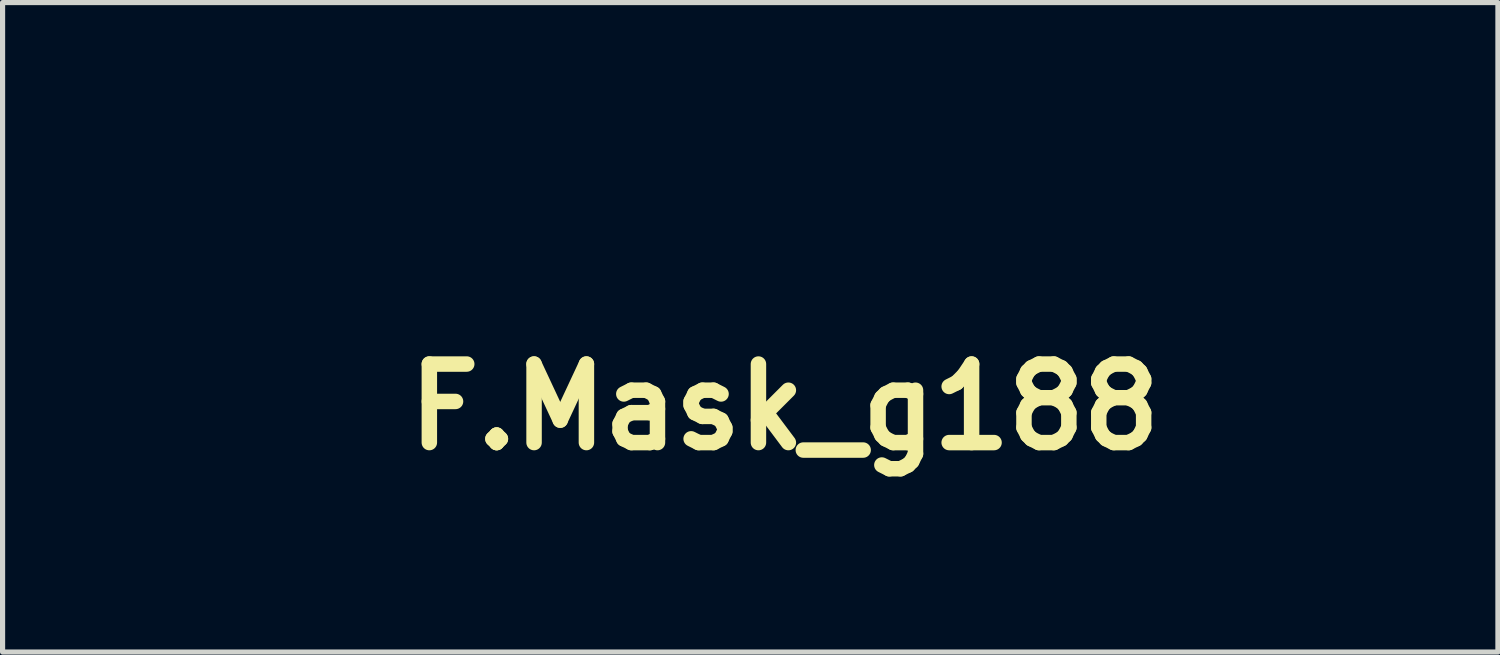
<source format=kicad_pcb>
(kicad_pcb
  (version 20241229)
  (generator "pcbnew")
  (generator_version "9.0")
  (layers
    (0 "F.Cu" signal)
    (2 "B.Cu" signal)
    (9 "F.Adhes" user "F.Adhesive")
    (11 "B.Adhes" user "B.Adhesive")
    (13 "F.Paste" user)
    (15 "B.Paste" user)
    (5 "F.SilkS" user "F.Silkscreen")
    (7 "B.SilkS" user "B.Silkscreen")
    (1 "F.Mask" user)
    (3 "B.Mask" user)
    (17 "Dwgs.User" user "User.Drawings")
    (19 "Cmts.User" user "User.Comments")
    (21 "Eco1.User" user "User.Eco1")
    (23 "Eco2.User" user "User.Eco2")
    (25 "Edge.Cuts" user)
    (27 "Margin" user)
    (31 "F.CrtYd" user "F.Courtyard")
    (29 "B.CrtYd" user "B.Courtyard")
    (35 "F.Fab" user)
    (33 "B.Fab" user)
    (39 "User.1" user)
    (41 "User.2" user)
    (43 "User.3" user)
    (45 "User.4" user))
  (footprint "F.Mask_g188"
    (layer "F.Cu")
    (at 12.176 4.849)
    (property "Reference" "F.Mask_g188" (at 0 0 0) (layer "F.SilkS") (effects (font (size 1.524 1.524) (thickness 0.3))))
    (attr through_hole)
    (fp_poly (pts (xy 5.867 -4.225) (xy 5.918 -4.202) (xy 5.961 -4.159) (xy 6.005 -4.09) (xy 6.044 -4.011) (xy 6.069 -3.936) (xy 6.075 -3.898) (xy 6.06 -3.855) (xy 6.022 -3.793) (xy 5.979 -3.739) (xy 5.915 -3.658) (xy 5.853 -3.562) (xy 5.817 -3.498) (xy 5.752 -3.365) (xy 5.633 -3.368) (xy 5.558 -3.372) (xy 5.494 -3.377) (xy 5.469 -3.38) (xy 5.419 -3.403) (xy 5.385 -3.431) (xy 5.364 -3.458) (xy 5.359 -3.484) (xy 5.371 -3.524) (xy 5.391 -3.573) (xy 5.417 -3.631) (xy 5.454 -3.717) (xy 5.499 -3.819) (xy 5.545 -3.925) (xy 5.546 -3.926) (xy 5.589 -4.024) (xy 5.629 -4.109) (xy 5.661 -4.173) (xy 5.681 -4.207) (xy 5.683 -4.209) (xy 5.729 -4.231) (xy 5.796 -4.236) (xy 5.867 -4.225)) (stroke (width 0.01) (type solid)) (fill yes) (layer "F.Mask"))
    (fp_poly (pts (xy 5.77 -2.827) (xy 5.811 -2.801) (xy 5.834 -2.757) (xy 5.835 -2.688) (xy 5.813 -2.592) (xy 5.776 -2.484) (xy 5.754 -2.422) (xy 5.741 -2.372) (xy 5.737 -2.321) (xy 5.741 -2.256) (xy 5.751 -2.165) (xy 5.753 -2.144) (xy 5.765 -2.038) (xy 5.769 -1.959) (xy 5.765 -1.891) (xy 5.753 -1.82) (xy 5.745 -1.787) (xy 5.721 -1.624) (xy 5.72 -1.492) (xy 5.722 -1.387) (xy 5.718 -1.271) (xy 5.711 -1.194) (xy 5.703 -1.103) (xy 5.707 -1.032) (xy 5.723 -0.961) (xy 5.736 -0.921) (xy 5.763 -0.816) (xy 5.777 -0.693) (xy 5.779 -0.607) (xy 5.779 -0.416) (xy 5.913 -0.286) (xy 6.011 -0.186) (xy 6.073 -0.104) (xy 6.104 -0.037) (xy 6.104 0.019) (xy 6.099 0.034) (xy 6.062 0.077) (xy 6.022 0.097) (xy 5.977 0.1) (xy 5.899 0.098) (xy 5.796 0.09) (xy 5.678 0.077) (xy 5.552 0.061) (xy 5.503 0.054) (xy 5.457 0.053) (xy 5.384 0.06) (xy 5.298 0.072) (xy 5.281 0.075) (xy 5.172 0.093) (xy 5.097 0.102) (xy 5.046 0.102) (xy 5.01 0.091) (xy 4.982 0.071) (xy 4.974 0.064) (xy 4.945 0.025) (xy 4.935 -0.02) (xy 4.946 -0.079) (xy 4.978 -0.16) (xy 5.006 -0.219) (xy 5.04 -0.293) (xy 5.069 -0.36) (xy 5.092 -0.426) (xy 5.109 -0.496) (xy 5.123 -0.576) (xy 5.133 -0.672) (xy 5.14 -0.787) (xy 5.146 -0.929) (xy 5.149 -1.102) (xy 5.152 -1.311) (xy 5.153 -1.335) (xy 5.155 -1.546) (xy 5.155 -1.718) (xy 5.155 -1.854) (xy 5.152 -1.957) (xy 5.148 -2.03) (xy 5.142 -2.077) (xy 5.136 -2.097) (xy 5.105 -2.133) (xy 5.048 -2.178) (xy 4.978 -2.223) (xy 4.908 -2.26) (xy 4.879 -2.271) (xy 4.872 -2.294) (xy 4.881 -2.343) (xy 4.903 -2.406) (xy 4.932 -2.473) (xy 4.965 -2.532) (xy 4.99 -2.565) (xy 5.042 -2.605) (xy 5.125 -2.64) (xy 5.215 -2.667) (xy 5.319 -2.699) (xy 5.431 -2.737) (xy 5.525 -2.774) (xy 5.528 -2.775) (xy 5.634 -2.816) (xy 5.713 -2.833) (xy 5.77 -2.827)) (stroke (width 0.01) (type solid)) (fill yes) (layer "F.Mask"))
    (fp_poly (pts (xy 10.091 -2.929) (xy 10.285 -2.888) (xy 10.491 -2.81) (xy 10.539 -2.788) (xy 10.631 -2.742) (xy 10.711 -2.698) (xy 10.771 -2.663) (xy 10.798 -2.642) (xy 10.825 -2.591) (xy 10.837 -2.516) (xy 10.833 -2.431) (xy 10.816 -2.359) (xy 10.802 -2.309) (xy 10.786 -2.234) (xy 10.773 -2.155) (xy 10.75 -2.037) (xy 10.723 -1.961) (xy 10.691 -1.926) (xy 10.658 -1.932) (xy 10.624 -1.98) (xy 10.591 -2.068) (xy 10.563 -2.181) (xy 10.516 -2.314) (xy 10.433 -2.426) (xy 10.317 -2.516) (xy 10.167 -2.582) (xy 9.988 -2.623) (xy 9.971 -2.625) (xy 9.889 -2.633) (xy 9.831 -2.63) (xy 9.781 -2.614) (xy 9.757 -2.603) (xy 9.626 -2.519) (xy 9.531 -2.42) (xy 9.473 -2.309) (xy 9.455 -2.202) (xy 9.459 -2.134) (xy 9.472 -2.081) (xy 9.48 -2.067) (xy 9.506 -2.046) (xy 9.562 -2.008) (xy 9.642 -1.955) (xy 9.742 -1.891) (xy 9.856 -1.82) (xy 9.902 -1.791) (xy 10.071 -1.685) (xy 10.211 -1.591) (xy 10.328 -1.503) (xy 10.43 -1.415) (xy 10.527 -1.32) (xy 10.624 -1.212) (xy 10.671 -1.157) (xy 10.744 -1.053) (xy 10.791 -0.945) (xy 10.811 -0.826) (xy 10.806 -0.691) (xy 10.776 -0.532) (xy 10.732 -0.381) (xy 10.696 -0.274) (xy 10.66 -0.195) (xy 10.619 -0.129) (xy 10.568 -0.067) (xy 10.514 -0.009) (xy 10.472 0.026) (xy 10.427 0.046) (xy 10.364 0.058) (xy 10.311 0.065) (xy 10.221 0.078) (xy 10.137 0.092) (xy 10.078 0.105) (xy 9.995 0.119) (xy 9.881 0.124) (xy 9.745 0.121) (xy 9.596 0.11) (xy 9.462 0.093) (xy 9.287 0.057) (xy 9.144 0.005) (xy 9.037 -0.062) (xy 8.978 -0.127) (xy 8.956 -0.164) (xy 8.942 -0.2) (xy 8.935 -0.247) (xy 8.934 -0.313) (xy 8.937 -0.411) (xy 8.937 -0.423) (xy 8.946 -0.559) (xy 8.962 -0.657) (xy 8.985 -0.721) (xy 9.018 -0.754) (xy 9.051 -0.762) (xy 9.096 -0.748) (xy 9.129 -0.703) (xy 9.15 -0.623) (xy 9.159 -0.566) (xy 9.18 -0.454) (xy 9.218 -0.37) (xy 9.282 -0.298) (xy 9.297 -0.285) (xy 9.395 -0.215) (xy 9.499 -0.172) (xy 9.62 -0.152) (xy 9.706 -0.149) (xy 9.89 -0.16) (xy 10.044 -0.194) (xy 10.166 -0.25) (xy 10.254 -0.327) (xy 10.306 -0.422) (xy 10.319 -0.531) (xy 10.291 -0.642) (xy 10.222 -0.755) (xy 10.112 -0.869) (xy 9.961 -0.983) (xy 9.77 -1.097) (xy 9.751 -1.107) (xy 9.612 -1.192) (xy 9.473 -1.296) (xy 9.344 -1.412) (xy 9.234 -1.53) (xy 9.152 -1.642) (xy 9.14 -1.664) (xy 9.08 -1.816) (xy 9.049 -1.991) (xy 9.049 -2.185) (xy 9.056 -2.255) (xy 9.083 -2.403) (xy 9.125 -2.522) (xy 9.188 -2.619) (xy 9.277 -2.701) (xy 9.399 -2.775) (xy 9.514 -2.829) (xy 9.712 -2.899) (xy 9.902 -2.932) (xy 10.091 -2.929)) (stroke (width 0.01) (type solid)) (fill yes) (layer "F.Mask"))
    (fp_poly (pts (xy -0.958 -2.804) (xy -0.925 -2.766) (xy -0.89 -2.696) (xy -0.852 -2.591) (xy -0.848 -2.578) (xy -0.818 -2.498) (xy -0.785 -2.426) (xy -0.759 -2.382) (xy -0.723 -2.346) (xy -0.685 -2.329) (xy -0.637 -2.335) (xy -0.574 -2.365) (xy -0.49 -2.42) (xy -0.427 -2.465) (xy -0.364 -2.503) (xy -0.285 -2.539) (xy -0.25 -2.552) (xy -0.164 -2.586) (xy -0.075 -2.631) (xy -0.045 -2.648) (xy 0.035 -2.691) (xy 0.128 -2.732) (xy 0.222 -2.766) (xy 0.303 -2.788) (xy 0.35 -2.794) (xy 0.421 -2.774) (xy 0.484 -2.721) (xy 0.534 -2.642) (xy 0.565 -2.547) (xy 0.572 -2.476) (xy 0.565 -2.396) (xy 0.54 -2.334) (xy 0.492 -2.281) (xy 0.413 -2.229) (xy 0.343 -2.193) (xy 0.173 -2.11) (xy 0.018 -2.168) (xy -0.088 -2.206) (xy -0.165 -2.229) (xy -0.228 -2.237) (xy -0.286 -2.233) (xy -0.353 -2.218) (xy -0.374 -2.212) (xy -0.464 -2.178) (xy -0.536 -2.13) (xy -0.59 -2.078) (xy -0.663 -1.994) (xy -0.709 -1.925) (xy -0.732 -1.859) (xy -0.735 -1.786) (xy -0.73 -1.726) (xy -0.724 -1.676) (xy -0.719 -1.627) (xy -0.716 -1.573) (xy -0.714 -1.509) (xy -0.714 -1.429) (xy -0.715 -1.326) (xy -0.717 -1.195) (xy -0.72 -1.031) (xy -0.722 -0.942) (xy -0.724 -0.751) (xy -0.721 -0.599) (xy -0.713 -0.48) (xy -0.699 -0.391) (xy -0.678 -0.327) (xy -0.65 -0.284) (xy -0.627 -0.266) (xy -0.581 -0.245) (xy -0.512 -0.223) (xy -0.469 -0.212) (xy -0.369 -0.178) (xy -0.299 -0.134) (xy -0.262 -0.083) (xy -0.261 -0.031) (xy -0.297 0.019) (xy -0.347 0.05) (xy -0.454 0.081) (xy -0.561 0.07) (xy -0.608 0.053) (xy -0.661 0.034) (xy -0.74 0.011) (xy -0.831 -0.014) (xy -0.862 -0.022) (xy -1.048 -0.067) (xy -1.214 -0.012) (xy -1.344 0.022) (xy -1.471 0.039) (xy -1.584 0.04) (xy -1.672 0.024) (xy -1.693 0.015) (xy -1.738 -0.028) (xy -1.754 -0.089) (xy -1.738 -0.151) (xy -1.724 -0.171) (xy -1.678 -0.202) (xy -1.617 -0.223) (xy -1.611 -0.225) (xy -1.548 -0.243) (xy -1.497 -0.27) (xy -1.494 -0.273) (xy -1.443 -0.34) (xy -1.401 -0.441) (xy -1.369 -0.57) (xy -1.349 -0.72) (xy -1.342 -0.882) (xy -1.349 -1.05) (xy -1.355 -1.108) (xy -1.366 -1.249) (xy -1.368 -1.388) (xy -1.363 -1.479) (xy -1.356 -1.58) (xy -1.35 -1.7) (xy -1.348 -1.816) (xy -1.349 -1.835) (xy -1.351 -1.936) (xy -1.359 -2.008) (xy -1.374 -2.063) (xy -1.398 -2.114) (xy -1.398 -2.114) (xy -1.467 -2.197) (xy -1.557 -2.249) (xy -1.646 -2.265) (xy -1.715 -2.28) (xy -1.757 -2.319) (xy -1.771 -2.371) (xy -1.756 -2.428) (xy -1.71 -2.478) (xy -1.674 -2.498) (xy -1.63 -2.518) (xy -1.556 -2.554) (xy -1.463 -2.6) (xy -1.359 -2.652) (xy -1.318 -2.672) (xy -1.215 -2.723) (xy -1.124 -2.765) (xy -1.051 -2.796) (xy -1.004 -2.813) (xy -0.994 -2.815) (xy -0.958 -2.804)) (stroke (width 0.01) (type solid)) (fill yes) (layer "F.Mask"))
    (fp_poly (pts (xy -3.347 -2.867) (xy -3.104 -2.85) (xy -2.885 -2.805) (xy -2.693 -2.733) (xy -2.68 -2.726) (xy -2.594 -2.671) (xy -2.511 -2.599) (xy -2.438 -2.516) (xy -2.381 -2.432) (xy -2.345 -2.355) (xy -2.336 -2.291) (xy -2.339 -2.279) (xy -2.346 -2.239) (xy -2.356 -2.169) (xy -2.365 -2.078) (xy -2.372 -2) (xy -2.381 -1.885) (xy -2.393 -1.746) (xy -2.404 -1.6) (xy -2.415 -1.471) (xy -2.424 -1.36) (xy -2.431 -1.262) (xy -2.436 -1.185) (xy -2.439 -1.139) (xy -2.439 -1.132) (xy -2.437 -1.063) (xy -2.433 -0.972) (xy -2.428 -0.87) (xy -2.422 -0.766) (xy -2.415 -0.669) (xy -2.409 -0.59) (xy -2.403 -0.538) (xy -2.401 -0.524) (xy -2.364 -0.476) (xy -2.293 -0.448) (xy -2.221 -0.441) (xy -2.144 -0.426) (xy -2.096 -0.384) (xy -2.077 -0.314) (xy -2.086 -0.213) (xy -2.106 -0.133) (xy -2.127 -0.072) (xy -2.153 -0.032) (xy -2.193 -0.009) (xy -2.257 0.005) (xy -2.34 0.015) (xy -2.421 0.018) (xy -2.491 0.008) (xy -2.559 -0.018) (xy -2.633 -0.066) (xy -2.721 -0.138) (xy -2.794 -0.203) (xy -2.865 -0.267) (xy -2.925 -0.318) (xy -2.968 -0.351) (xy -2.986 -0.36) (xy -3.013 -0.348) (xy -3.063 -0.318) (xy -3.118 -0.279) (xy -3.201 -0.221) (xy -3.295 -0.159) (xy -3.344 -0.128) (xy -3.417 -0.082) (xy -3.484 -0.036) (xy -3.521 -0.008) (xy -3.59 0.027) (xy -3.681 0.042) (xy -3.775 0.035) (xy -3.826 0.02) (xy -3.921 -0.031) (xy -4.013 -0.103) (xy -4.076 -0.172) (xy -4.111 -0.233) (xy -4.148 -0.323) (xy -4.185 -0.43) (xy -4.218 -0.54) (xy -4.242 -0.642) (xy -4.252 -0.708) (xy -3.816 -0.708) (xy -3.795 -0.646) (xy -3.749 -0.592) (xy -3.696 -0.552) (xy -3.567 -0.483) (xy -3.44 -0.447) (xy -3.321 -0.447) (xy -3.215 -0.483) (xy -3.192 -0.497) (xy -3.118 -0.57) (xy -3.048 -0.684) (xy -3.046 -0.688) (xy -2.978 -0.826) (xy -3.004 -1.007) (xy -3.022 -1.111) (xy -3.044 -1.201) (xy -3.069 -1.271) (xy -3.093 -1.314) (xy -3.113 -1.322) (xy -3.14 -1.314) (xy -3.198 -1.301) (xy -3.277 -1.286) (xy -3.312 -1.28) (xy -3.462 -1.248) (xy -3.575 -1.208) (xy -3.659 -1.153) (xy -3.721 -1.081) (xy -3.765 -0.984) (xy -3.791 -0.897) (xy -3.813 -0.788) (xy -3.816 -0.708) (xy -4.252 -0.708) (xy -4.254 -0.723) (xy -4.255 -0.739) (xy -4.237 -0.857) (xy -4.183 -0.972) (xy -4.135 -1.038) (xy -4.089 -1.088) (xy -4.019 -1.157) (xy -3.932 -1.235) (xy -3.84 -1.316) (xy -3.749 -1.392) (xy -3.682 -1.445) (xy -3.602 -1.49) (xy -3.497 -1.528) (xy -3.386 -1.554) (xy -3.286 -1.563) (xy -3.265 -1.562) (xy -3.209 -1.552) (xy -3.172 -1.523) (xy -3.143 -1.476) (xy -3.098 -1.419) (xy -3.045 -1.395) (xy -2.996 -1.405) (xy -2.961 -1.444) (xy -2.947 -1.492) (xy -2.935 -1.578) (xy -2.925 -1.697) (xy -2.918 -1.845) (xy -2.914 -2.017) (xy -2.913 -2.064) (xy -2.921 -2.214) (xy -2.949 -2.329) (xy -3 -2.411) (xy -3.076 -2.466) (xy -3.181 -2.496) (xy -3.273 -2.503) (xy -3.353 -2.504) (xy -3.413 -2.496) (xy -3.472 -2.475) (xy -3.545 -2.436) (xy -3.559 -2.429) (xy -3.637 -2.38) (xy -3.707 -2.327) (xy -3.754 -2.282) (xy -3.754 -2.281) (xy -3.81 -2.212) (xy -3.85 -2.169) (xy -3.885 -2.147) (xy -3.925 -2.139) (xy -3.975 -2.138) (xy -4.07 -2.147) (xy -4.132 -2.178) (xy -4.163 -2.234) (xy -4.17 -2.295) (xy -4.165 -2.355) (xy -4.144 -2.405) (xy -4.102 -2.463) (xy -4.085 -2.482) (xy -4.02 -2.547) (xy -3.938 -2.616) (xy -3.879 -2.658) (xy -3.801 -2.711) (xy -3.724 -2.767) (xy -3.675 -2.803) (xy -3.639 -2.831) (xy -3.607 -2.849) (xy -3.569 -2.86) (xy -3.516 -2.865) (xy -3.439 -2.867) (xy -3.347 -2.867)) (stroke (width 0.01) (type solid)) (fill yes) (layer "F.Mask"))
    (fp_poly (pts (xy 7.297 -2.874) (xy 7.345 -2.872) (xy 7.504 -2.856) (xy 7.663 -2.828) (xy 7.808 -2.79) (xy 7.926 -2.746) (xy 7.948 -2.735) (xy 8.04 -2.678) (xy 8.128 -2.604) (xy 8.205 -2.523) (xy 8.263 -2.443) (xy 8.295 -2.371) (xy 8.299 -2.345) (xy 8.297 -2.306) (xy 8.293 -2.234) (xy 8.287 -2.141) (xy 8.278 -2.035) (xy 8.278 -2.032) (xy 8.267 -1.897) (xy 8.255 -1.742) (xy 8.243 -1.589) (xy 8.235 -1.492) (xy 8.228 -1.374) (xy 8.224 -1.241) (xy 8.222 -1.101) (xy 8.222 -0.96) (xy 8.225 -0.825) (xy 8.23 -0.706) (xy 8.237 -0.608) (xy 8.246 -0.539) (xy 8.254 -0.509) (xy 8.297 -0.466) (xy 8.372 -0.444) (xy 8.437 -0.44) (xy 8.509 -0.424) (xy 8.553 -0.377) (xy 8.57 -0.302) (xy 8.558 -0.2) (xy 8.533 -0.117) (xy 8.508 -0.054) (xy 8.483 -0.02) (xy 8.445 -0.003) (xy 8.412 0.004) (xy 8.304 0.019) (xy 8.214 0.018) (xy 8.133 -0.000361) (xy 8.051 -0.041) (xy 7.961 -0.107) (xy 7.851 -0.201) (xy 7.849 -0.204) (xy 7.777 -0.267) (xy 7.717 -0.318) (xy 7.676 -0.35) (xy 7.66 -0.36) (xy 7.636 -0.349) (xy 7.585 -0.318) (xy 7.515 -0.274) (xy 7.434 -0.22) (xy 7.348 -0.163) (xy 7.266 -0.107) (xy 7.195 -0.057) (xy 7.147 -0.021) (xy 7.049 0.029) (xy 6.938 0.043) (xy 6.822 0.02) (xy 6.8 0.011) (xy 6.699 -0.045) (xy 6.609 -0.118) (xy 6.545 -0.195) (xy 6.543 -0.198) (xy 6.515 -0.259) (xy 6.482 -0.349) (xy 6.45 -0.453) (xy 6.422 -0.561) (xy 6.4 -0.658) (xy 6.39 -0.732) (xy 6.389 -0.747) (xy 6.393 -0.768) (xy 6.829 -0.768) (xy 6.834 -0.689) (xy 6.864 -0.626) (xy 6.925 -0.569) (xy 6.963 -0.543) (xy 7.087 -0.479) (xy 7.215 -0.447) (xy 7.337 -0.448) (xy 7.442 -0.482) (xy 7.489 -0.522) (xy 7.543 -0.59) (xy 7.595 -0.675) (xy 7.632 -0.751) (xy 7.649 -0.799) (xy 7.657 -0.845) (xy 7.655 -0.902) (xy 7.646 -0.985) (xy 7.641 -1.016) (xy 7.621 -1.129) (xy 7.596 -1.22) (xy 7.571 -1.283) (xy 7.545 -1.311) (xy 7.54 -1.312) (xy 7.514 -1.309) (xy 7.456 -1.299) (xy 7.377 -1.285) (xy 7.335 -1.278) (xy 7.188 -1.247) (xy 7.076 -1.211) (xy 6.994 -1.166) (xy 6.935 -1.106) (xy 6.891 -1.026) (xy 6.858 -0.92) (xy 6.847 -0.875) (xy 6.829 -0.768) (xy 6.393 -0.768) (xy 6.407 -0.846) (xy 6.453 -0.954) (xy 6.522 -1.056) (xy 6.56 -1.098) (xy 6.628 -1.162) (xy 6.712 -1.238) (xy 6.803 -1.316) (xy 6.889 -1.388) (xy 6.959 -1.443) (xy 6.978 -1.456) (xy 7.053 -1.495) (xy 7.153 -1.529) (xy 7.26 -1.553) (xy 7.355 -1.563) (xy 7.382 -1.562) (xy 7.438 -1.552) (xy 7.475 -1.523) (xy 7.504 -1.476) (xy 7.539 -1.423) (xy 7.577 -1.4) (xy 7.605 -1.397) (xy 7.649 -1.405) (xy 7.679 -1.437) (xy 7.696 -1.473) (xy 7.717 -1.546) (xy 7.708 -1.608) (xy 7.7 -1.668) (xy 7.709 -1.753) (xy 7.72 -1.801) (xy 7.739 -1.927) (xy 7.742 -2.061) (xy 7.731 -2.189) (xy 7.706 -2.298) (xy 7.688 -2.341) (xy 7.634 -2.418) (xy 7.563 -2.468) (xy 7.466 -2.495) (xy 7.372 -2.503) (xy 7.288 -2.503) (xy 7.224 -2.493) (xy 7.159 -2.468) (xy 7.095 -2.435) (xy 7.017 -2.387) (xy 6.945 -2.332) (xy 6.9 -2.288) (xy 6.842 -2.218) (xy 6.801 -2.174) (xy 6.768 -2.15) (xy 6.733 -2.14) (xy 6.688 -2.138) (xy 6.67 -2.138) (xy 6.573 -2.149) (xy 6.509 -2.185) (xy 6.477 -2.246) (xy 6.473 -2.293) (xy 6.491 -2.379) (xy 6.547 -2.467) (xy 6.643 -2.56) (xy 6.683 -2.592) (xy 6.76 -2.65) (xy 6.843 -2.713) (xy 6.879 -2.742) (xy 6.963 -2.803) (xy 7.034 -2.843) (xy 7.105 -2.866) (xy 7.188 -2.875) (xy 7.297 -2.874)) (stroke (width 0.01) (type solid)) (fill yes) (layer "F.Mask"))
    (fp_poly (pts (xy -6.872 -2.871) (xy -6.789 -2.831) (xy -6.717 -2.761) (xy -6.67 -2.675) (xy -6.666 -2.66) (xy -6.632 -2.555) (xy -6.595 -2.489) (xy -6.549 -2.461) (xy -6.488 -2.467) (xy -6.405 -2.505) (xy -6.359 -2.532) (xy -6.285 -2.578) (xy -6.215 -2.62) (xy -6.17 -2.646) (xy -6.115 -2.667) (xy -6.028 -2.687) (xy -5.918 -2.703) (xy -5.888 -2.707) (xy -5.792 -2.719) (xy -5.708 -2.733) (xy -5.648 -2.746) (xy -5.627 -2.754) (xy -5.574 -2.765) (xy -5.493 -2.765) (xy -5.397 -2.753) (xy -5.296 -2.731) (xy -5.214 -2.706) (xy -5.099 -2.644) (xy -4.986 -2.546) (xy -4.879 -2.418) (xy -4.781 -2.269) (xy -4.698 -2.104) (xy -4.633 -1.929) (xy -4.592 -1.757) (xy -4.583 -1.669) (xy -4.578 -1.55) (xy -4.577 -1.411) (xy -4.58 -1.262) (xy -4.585 -1.115) (xy -4.594 -0.98) (xy -4.606 -0.867) (xy -4.616 -0.805) (xy -4.654 -0.692) (xy -4.723 -0.576) (xy -4.825 -0.453) (xy -4.949 -0.331) (xy -5.038 -0.253) (xy -5.108 -0.199) (xy -5.169 -0.163) (xy -5.232 -0.139) (xy -5.245 -0.135) (xy -5.33 -0.107) (xy -5.413 -0.073) (xy -5.45 -0.055) (xy -5.499 -0.034) (xy -5.556 -0.02) (xy -5.632 -0.01) (xy -5.737 -0.005) (xy -5.773 -0.003) (xy -5.886 -0.001) (xy -5.97 -0.004) (xy -6.041 -0.013) (xy -6.111 -0.03) (xy -6.175 -0.05) (xy -6.312 -0.092) (xy -6.416 -0.116) (xy -6.492 -0.123) (xy -6.548 -0.111) (xy -6.588 -0.082) (xy -6.615 -0.042) (xy -6.634 0.012) (xy -6.644 0.083) (xy -6.642 0.175) (xy -6.629 0.293) (xy -6.604 0.444) (xy -6.582 0.562) (xy -6.557 0.69) (xy -6.541 0.785) (xy -6.532 0.856) (xy -6.53 0.912) (xy -6.533 0.962) (xy -6.542 1.013) (xy -6.542 1.016) (xy -6.554 1.097) (xy -6.557 1.173) (xy -6.553 1.211) (xy -6.529 1.29) (xy -6.484 1.388) (xy -6.428 1.491) (xy -6.367 1.583) (xy -6.348 1.608) (xy -6.309 1.663) (xy -6.298 1.699) (xy -6.318 1.721) (xy -6.373 1.73) (xy -6.464 1.729) (xy -6.509 1.726) (xy -6.707 1.714) (xy -6.868 1.704) (xy -7 1.699) (xy -7.107 1.697) (xy -7.196 1.7) (xy -7.273 1.706) (xy -7.344 1.718) (xy -7.414 1.733) (xy -7.476 1.749) (xy -7.516 1.743) (xy -7.555 1.716) (xy -7.593 1.661) (xy -7.595 1.614) (xy -7.561 1.582) (xy -7.541 1.576) (xy -7.485 1.561) (xy -7.451 1.548) (xy -7.419 1.52) (xy -7.373 1.468) (xy -7.319 1.399) (xy -7.265 1.326) (xy -7.22 1.258) (xy -7.189 1.205) (xy -7.182 1.187) (xy -7.18 1.149) (xy -7.183 1.077) (xy -7.189 0.98) (xy -7.2 0.868) (xy -7.207 0.806) (xy -7.244 0.476) (xy -7.188 0.149) (xy -7.167 0.019) (xy -7.153 -0.078) (xy -7.146 -0.151) (xy -7.145 -0.208) (xy -7.15 -0.258) (xy -7.157 -0.296) (xy -7.167 -0.363) (xy -7.17 -0.44) (xy -7.166 -0.538) (xy -7.155 -0.665) (xy -7.154 -0.679) (xy -7.142 -0.832) (xy -7.138 -0.977) (xy -7.142 -1.131) (xy -7.149 -1.25) (xy -7.157 -1.376) (xy -7.161 -1.503) (xy -7.163 -1.618) (xy -7.162 -1.664) (xy -6.65 -1.664) (xy -6.649 -1.408) (xy -6.643 -1.194) (xy -6.63 -1.02) (xy -6.612 -0.888) (xy -6.588 -0.796) (xy -6.577 -0.769) (xy -6.537 -0.711) (xy -6.483 -0.653) (xy -6.471 -0.642) (xy -6.415 -0.587) (xy -6.357 -0.517) (xy -6.338 -0.49) (xy -6.298 -0.44) (xy -6.248 -0.396) (xy -6.177 -0.352) (xy -6.087 -0.305) (xy -5.97 -0.252) (xy -5.877 -0.222) (xy -5.796 -0.215) (xy -5.716 -0.23) (xy -5.626 -0.267) (xy -5.605 -0.277) (xy -5.501 -0.341) (xy -5.393 -0.425) (xy -5.292 -0.52) (xy -5.21 -0.614) (xy -5.175 -0.667) (xy -5.141 -0.745) (xy -5.11 -0.852) (xy -5.084 -0.977) (xy -5.066 -1.106) (xy -5.059 -1.226) (xy -5.059 -1.238) (xy -5.071 -1.376) (xy -5.108 -1.521) (xy -5.172 -1.681) (xy -5.266 -1.862) (xy -5.268 -1.865) (xy -5.352 -2.002) (xy -5.438 -2.108) (xy -5.535 -2.19) (xy -5.651 -2.255) (xy -5.795 -2.31) (xy -5.87 -2.333) (xy -5.997 -2.366) (xy -6.098 -2.382) (xy -6.185 -2.381) (xy -6.271 -2.362) (xy -6.37 -2.324) (xy -6.383 -2.318) (xy -6.451 -2.291) (xy -6.504 -2.274) (xy -6.528 -2.272) (xy -6.551 -2.259) (xy -6.583 -2.22) (xy -6.599 -2.195) (xy -6.615 -2.165) (xy -6.627 -2.134) (xy -6.636 -2.095) (xy -6.642 -2.043) (xy -6.646 -1.97) (xy -6.648 -1.871) (xy -6.65 -1.74) (xy -6.65 -1.664) (xy -7.162 -1.664) (xy -7.161 -1.705) (xy -7.16 -1.716) (xy -7.157 -1.817) (xy -7.164 -1.887) (xy -7.181 -1.938) (xy -7.199 -1.99) (xy -7.216 -2.068) (xy -7.228 -2.155) (xy -7.229 -2.159) (xy -7.241 -2.25) (xy -7.258 -2.314) (xy -7.285 -2.365) (xy -7.305 -2.391) (xy -7.352 -2.472) (xy -7.367 -2.554) (xy -7.349 -2.628) (xy -7.321 -2.665) (xy -7.282 -2.693) (xy -7.217 -2.733) (xy -7.137 -2.777) (xy -7.101 -2.795) (xy -7.003 -2.842) (xy -6.933 -2.867) (xy -6.885 -2.873) (xy -6.872 -2.871)) (stroke (width 0.01) (type solid)) (fill yes) (layer "F.Mask"))
    (fp_poly (pts (xy -8.77 -4.841) (xy -8.741 -4.833) (xy -8.724 -4.824) (xy -8.677 -4.789) (xy -8.663 -4.753) (xy -8.684 -4.711) (xy -8.741 -4.661) (xy -8.815 -4.611) (xy -8.917 -4.541) (xy -8.985 -4.483) (xy -9.022 -4.43) (xy -9.032 -4.376) (xy -9.023 -4.321) (xy -8.979 -4.186) (xy -8.923 -4.024) (xy -8.874 -3.895) (xy -8.842 -3.804) (xy -8.811 -3.709) (xy -8.793 -3.647) (xy -8.771 -3.576) (xy -8.739 -3.483) (xy -8.702 -3.384) (xy -8.689 -3.351) (xy -8.651 -3.245) (xy -8.618 -3.13) (xy -8.595 -3.028) (xy -8.591 -3.006) (xy -8.571 -2.902) (xy -8.54 -2.785) (xy -8.508 -2.688) (xy -8.476 -2.602) (xy -8.45 -2.521) (xy -8.433 -2.461) (xy -8.432 -2.455) (xy -8.413 -2.385) (xy -8.383 -2.311) (xy -8.38 -2.304) (xy -8.353 -2.24) (xy -8.32 -2.146) (xy -8.283 -2.032) (xy -8.247 -1.908) (xy -8.213 -1.786) (xy -8.186 -1.676) (xy -8.171 -1.603) (xy -8.14 -1.486) (xy -8.094 -1.398) (xy -8.081 -1.381) (xy -7.995 -1.253) (xy -7.943 -1.126) (xy -7.926 -1.047) (xy -7.91 -0.978) (xy -7.882 -0.887) (xy -7.846 -0.791) (xy -7.836 -0.764) (xy -7.794 -0.672) (xy -7.749 -0.594) (xy -7.692 -0.518) (xy -7.614 -0.43) (xy -7.595 -0.41) (xy -7.511 -0.317) (xy -7.456 -0.244) (xy -7.432 -0.19) (xy -7.441 -0.152) (xy -7.486 -0.127) (xy -7.567 -0.113) (xy -7.688 -0.107) (xy -7.815 -0.107) (xy -7.957 -0.105) (xy -8.116 -0.098) (xy -8.27 -0.088) (xy -8.392 -0.076) (xy -8.559 -0.057) (xy -8.689 -0.047) (xy -8.784 -0.044) (xy -8.851 -0.05) (xy -8.893 -0.064) (xy -8.893 -0.064) (xy -8.929 -0.106) (xy -8.944 -0.168) (xy -8.934 -0.229) (xy -8.931 -0.234) (xy -8.873 -0.3) (xy -8.781 -0.342) (xy -8.658 -0.359) (xy -8.634 -0.36) (xy -8.552 -0.362) (xy -8.499 -0.372) (xy -8.46 -0.393) (xy -8.439 -0.411) (xy -8.393 -0.462) (xy -8.37 -0.515) (xy -8.372 -0.577) (xy -8.398 -0.656) (xy -8.443 -0.751) (xy -8.498 -0.876) (xy -8.542 -1.003) (xy -8.561 -1.083) (xy -8.587 -1.187) (xy -8.622 -1.299) (xy -8.654 -1.38) (xy -8.689 -1.472) (xy -8.718 -1.57) (xy -8.732 -1.641) (xy -8.742 -1.708) (xy -8.756 -1.757) (xy -8.78 -1.792) (xy -8.821 -1.816) (xy -8.884 -1.83) (xy -8.975 -1.839) (xy -9.1 -1.845) (xy -9.157 -1.847) (xy -9.296 -1.85) (xy -9.462 -1.85) (xy -9.638 -1.847) (xy -9.807 -1.842) (xy -9.895 -1.838) (xy -10.04 -1.831) (xy -10.151 -1.827) (xy -10.237 -1.826) (xy -10.306 -1.829) (xy -10.368 -1.836) (xy -10.431 -1.848) (xy -10.481 -1.859) (xy -10.579 -1.878) (xy -10.645 -1.887) (xy -10.69 -1.884) (xy -10.714 -1.876) (xy -10.756 -1.839) (xy -10.799 -1.777) (xy -10.835 -1.704) (xy -10.856 -1.636) (xy -10.858 -1.613) (xy -10.87 -1.57) (xy -10.901 -1.508) (xy -10.942 -1.443) (xy -10.999 -1.347) (xy -11.042 -1.239) (xy -11.073 -1.112) (xy -11.094 -0.958) (xy -11.106 -0.8) (xy -11.119 -0.552) (xy -11.035 -0.468) (xy -10.949 -0.397) (xy -10.868 -0.366) (xy -10.788 -0.372) (xy -10.765 -0.381) (xy -10.668 -0.409) (xy -10.593 -0.402) (xy -10.538 -0.359) (xy -10.536 -0.357) (xy -10.504 -0.291) (xy -10.493 -0.215) (xy -10.504 -0.147) (xy -10.526 -0.112) (xy -10.576 -0.085) (xy -10.664 -0.071) (xy -10.79 -0.068) (xy -10.955 -0.077) (xy -11.143 -0.096) (xy -11.281 -0.111) (xy -11.391 -0.12) (xy -11.488 -0.123) (xy -11.584 -0.121) (xy -11.695 -0.113) (xy -11.739 -0.109) (xy -11.845 -0.1) (xy -11.938 -0.092) (xy -12.008 -0.087) (xy -12.047 -0.085) (xy -12.049 -0.085) (xy -12.101 -0.103) (xy -12.145 -0.15) (xy -12.169 -0.211) (xy -12.171 -0.232) (xy -12.162 -0.302) (xy -12.133 -0.364) (xy -12.077 -0.426) (xy -11.989 -0.496) (xy -11.934 -0.538) (xy -11.892 -0.576) (xy -11.856 -0.618) (xy -11.821 -0.672) (xy -11.781 -0.748) (xy -11.729 -0.853) (xy -11.724 -0.864) (xy -11.662 -0.995) (xy -11.592 -1.145) (xy -11.524 -1.295) (xy -11.475 -1.408) (xy -11.402 -1.572) (xy -11.338 -1.703) (xy -11.282 -1.807) (xy -11.228 -1.891) (xy -11.173 -1.962) (xy -11.162 -1.973) (xy -11.112 -2.042) (xy -11.051 -2.145) (xy -10.981 -2.278) (xy -10.906 -2.434) (xy -10.903 -2.44) (xy -10.598 -2.44) (xy -10.568 -2.354) (xy -10.525 -2.297) (xy -10.494 -2.269) (xy -10.465 -2.253) (xy -10.424 -2.247) (xy -10.361 -2.249) (xy -10.298 -2.253) (xy -10.207 -2.257) (xy -10.122 -2.255) (xy -10.06 -2.247) (xy -10.054 -2.246) (xy -9.911 -2.226) (xy -9.769 -2.243) (xy -9.727 -2.255) (xy -9.632 -2.274) (xy -9.503 -2.281) (xy -9.398 -2.281) (xy -9.272 -2.281) (xy -9.18 -2.291) (xy -9.114 -2.313) (xy -9.068 -2.351) (xy -9.033 -2.407) (xy -9.025 -2.427) (xy -9.007 -2.506) (xy -9.011 -2.587) (xy -9.035 -2.653) (xy -9.038 -2.656) (xy -9.056 -2.692) (xy -9.069 -2.731) (xy -9.086 -2.777) (xy -9.115 -2.846) (xy -9.145 -2.91) (xy -9.2 -3.031) (xy -9.258 -3.172) (xy -9.316 -3.323) (xy -9.369 -3.47) (xy -9.412 -3.602) (xy -9.438 -3.696) (xy -9.47 -3.803) (xy -9.515 -3.918) (xy -9.56 -4.011) (xy -9.604 -4.086) (xy -9.636 -4.132) (xy -9.666 -4.155) (xy -9.701 -4.165) (xy -9.711 -4.166) (xy -9.776 -4.161) (xy -9.846 -4.13) (xy -9.927 -4.07) (xy -10.023 -3.978) (xy -10.037 -3.963) (xy -10.163 -3.805) (xy -10.267 -3.619) (xy -10.345 -3.419) (xy -10.391 -3.215) (xy -10.4 -3.127) (xy -10.41 -3.024) (xy -10.426 -2.938) (xy -10.454 -2.852) (xy -10.495 -2.757) (xy -10.533 -2.671) (xy -10.565 -2.594) (xy -10.587 -2.539) (xy -10.593 -2.524) (xy -10.598 -2.44) (xy -10.903 -2.44) (xy -10.827 -2.609) (xy -10.747 -2.798) (xy -10.668 -2.994) (xy -10.594 -3.193) (xy -10.593 -3.196) (xy -10.556 -3.288) (xy -10.513 -3.379) (xy -10.477 -3.445) (xy -10.434 -3.524) (xy -10.391 -3.617) (xy -10.37 -3.672) (xy -10.335 -3.755) (xy -10.292 -3.835) (xy -10.264 -3.876) (xy -10.217 -3.944) (xy -10.176 -4.016) (xy -10.169 -4.034) (xy -10.133 -4.103) (xy -10.086 -4.174) (xy -10.075 -4.189) (xy -10.018 -4.28) (xy -9.993 -4.365) (xy -10.002 -4.437) (xy -10.043 -4.491) (xy -10.075 -4.508) (xy -10.13 -4.541) (xy -10.185 -4.59) (xy -10.231 -4.644) (xy -10.259 -4.692) (xy -10.262 -4.715) (xy -10.23 -4.769) (xy -10.162 -4.809) (xy -10.06 -4.834) (xy -9.929 -4.843) (xy -9.771 -4.837) (xy -9.597 -4.815) (xy -9.499 -4.799) (xy -9.424 -4.79) (xy -9.358 -4.786) (xy -9.289 -4.789) (xy -9.205 -4.798) (xy -9.094 -4.812) (xy -9.069 -4.816) (xy -8.952 -4.832) (xy -8.868 -4.841) (xy -8.81 -4.844) (xy -8.77 -4.841)) (stroke (width 0.01) (type solid)) (fill yes) (layer "F.Mask"))
    (fp_poly (pts (xy 3.236 -4.649) (xy 3.291 -4.629) (xy 3.327 -4.609) (xy 3.374 -4.577) (xy 3.442 -4.527) (xy 3.523 -4.464) (xy 3.61 -4.395) (xy 3.694 -4.327) (xy 3.767 -4.265) (xy 3.822 -4.217) (xy 3.847 -4.192) (xy 3.885 -4.141) (xy 3.913 -4.088) (xy 3.932 -4.024) (xy 3.946 -3.94) (xy 3.957 -3.828) (xy 3.963 -3.736) (xy 3.972 -3.584) (xy 3.977 -3.467) (xy 3.979 -3.378) (xy 3.976 -3.311) (xy 3.969 -3.258) (xy 3.958 -3.213) (xy 3.94 -3.169) (xy 3.927 -3.138) (xy 3.894 -3.056) (xy 3.882 -2.99) (xy 3.885 -2.93) (xy 3.889 -2.862) (xy 3.885 -2.773) (xy 3.876 -2.692) (xy 3.863 -2.592) (xy 3.863 -2.526) (xy 3.878 -2.492) (xy 3.909 -2.483) (xy 3.935 -2.487) (xy 3.984 -2.495) (xy 4.059 -2.503) (xy 4.138 -2.508) (xy 4.267 -2.507) (xy 4.361 -2.491) (xy 4.418 -2.46) (xy 4.437 -2.416) (xy 4.424 -2.371) (xy 4.381 -2.333) (xy 4.311 -2.315) (xy 4.224 -2.319) (xy 4.18 -2.328) (xy 4.076 -2.342) (xy 3.989 -2.322) (xy 3.925 -2.27) (xy 3.902 -2.229) (xy 3.892 -2.197) (xy 3.885 -2.157) (xy 3.882 -2.102) (xy 3.882 -2.026) (xy 3.887 -1.922) (xy 3.894 -1.783) (xy 3.896 -1.76) (xy 3.905 -1.582) (xy 3.909 -1.439) (xy 3.907 -1.323) (xy 3.9 -1.229) (xy 3.896 -1.199) (xy 3.88 -1.064) (xy 3.876 -0.956) (xy 3.883 -0.86) (xy 3.903 -0.763) (xy 3.928 -0.676) (xy 3.967 -0.566) (xy 4.006 -0.491) (xy 4.054 -0.441) (xy 4.118 -0.409) (xy 4.208 -0.387) (xy 4.221 -0.384) (xy 4.343 -0.356) (xy 4.428 -0.324) (xy 4.479 -0.283) (xy 4.5 -0.242) (xy 4.494 -0.184) (xy 4.452 -0.124) (xy 4.381 -0.065) (xy 4.286 -0.01) (xy 4.173 0.037) (xy 4.049 0.074) (xy 3.92 0.098) (xy 3.805 0.106) (xy 3.726 0.104) (xy 3.673 0.095) (xy 3.631 0.074) (xy 3.587 0.039) (xy 3.539 -0.014) (xy 3.486 -0.09) (xy 3.438 -0.173) (xy 3.435 -0.178) (xy 3.36 -0.327) (xy 3.37 -0.644) (xy 3.373 -0.799) (xy 3.371 -0.919) (xy 3.364 -1.008) (xy 3.352 -1.068) (xy 3.33 -1.18) (xy 3.327 -1.291) (xy 3.342 -1.414) (xy 3.376 -1.556) (xy 3.414 -1.729) (xy 3.429 -1.896) (xy 3.429 -1.928) (xy 3.426 -2.03) (xy 3.413 -2.102) (xy 3.382 -2.154) (xy 3.327 -2.196) (xy 3.241 -2.241) (xy 3.228 -2.247) (xy 3.15 -2.297) (xy 3.113 -2.35) (xy 3.116 -2.405) (xy 3.16 -2.458) (xy 3.244 -2.506) (xy 3.275 -2.519) (xy 3.399 -2.583) (xy 3.512 -2.676) (xy 3.6 -2.785) (xy 3.624 -2.826) (xy 3.664 -2.894) (xy 3.709 -2.955) (xy 3.719 -2.966) (xy 3.753 -3.011) (xy 3.757 -3.046) (xy 3.75 -3.063) (xy 3.74 -3.114) (xy 3.748 -3.134) (xy 3.76 -3.174) (xy 3.767 -3.235) (xy 3.767 -3.252) (xy 3.774 -3.314) (xy 3.792 -3.358) (xy 3.797 -3.364) (xy 3.81 -3.383) (xy 3.805 -3.412) (xy 3.778 -3.46) (xy 3.753 -3.499) (xy 3.702 -3.58) (xy 3.653 -3.668) (xy 3.63 -3.715) (xy 3.549 -3.86) (xy 3.455 -3.972) (xy 3.35 -4.046) (xy 3.238 -4.082) (xy 3.194 -4.085) (xy 3.136 -4.094) (xy 3.097 -4.128) (xy 3.083 -4.148) (xy 3.026 -4.206) (xy 2.938 -4.24) (xy 2.827 -4.247) (xy 2.765 -4.241) (xy 2.685 -4.233) (xy 2.586 -4.23) (xy 2.507 -4.231) (xy 2.427 -4.233) (xy 2.378 -4.229) (xy 2.345 -4.216) (xy 2.316 -4.188) (xy 2.3 -4.17) (xy 2.265 -4.124) (xy 2.245 -4.09) (xy 2.244 -4.084) (xy 2.231 -4.058) (xy 2.197 -4.014) (xy 2.17 -3.983) (xy 2.107 -3.902) (xy 2.07 -3.823) (xy 2.055 -3.728) (xy 2.052 -3.666) (xy 2.047 -3.589) (xy 2.033 -3.521) (xy 2.021 -3.493) (xy 1.998 -3.43) (xy 1.99 -3.38) (xy 1.98 -3.319) (xy 1.956 -3.256) (xy 1.934 -3.171) (xy 1.95 -3.081) (xy 1.998 -2.989) (xy 2.075 -2.901) (xy 2.177 -2.822) (xy 2.299 -2.756) (xy 2.401 -2.72) (xy 2.463 -2.694) (xy 2.5 -2.654) (xy 2.516 -2.619) (xy 2.531 -2.568) (xy 2.532 -2.519) (xy 2.518 -2.455) (xy 2.511 -2.429) (xy 2.483 -2.352) (xy 2.45 -2.283) (xy 2.431 -2.255) (xy 2.397 -2.218) (xy 2.36 -2.205) (xy 2.303 -2.208) (xy 2.294 -2.209) (xy 2.24 -2.222) (xy 2.158 -2.248) (xy 2.059 -2.285) (xy 1.954 -2.327) (xy 1.948 -2.329) (xy 1.839 -2.373) (xy 1.733 -2.412) (xy 1.641 -2.443) (xy 1.576 -2.461) (xy 1.575 -2.461) (xy 1.508 -2.471) (xy 1.45 -2.469) (xy 1.391 -2.449) (xy 1.324 -2.409) (xy 1.239 -2.346) (xy 1.193 -2.309) (xy 1.101 -2.232) (xy 1.035 -2.167) (xy 0.988 -2.102) (xy 0.956 -2.027) (xy 0.932 -1.933) (xy 0.911 -1.809) (xy 0.907 -1.785) (xy 0.887 -1.625) (xy 0.88 -1.497) (xy 0.89 -1.39) (xy 0.919 -1.294) (xy 0.97 -1.201) (xy 1.044 -1.1) (xy 1.094 -1.04) (xy 1.162 -0.95) (xy 1.231 -0.844) (xy 1.286 -0.744) (xy 1.287 -0.743) (xy 1.387 -0.574) (xy 1.504 -0.443) (xy 1.639 -0.349) (xy 1.795 -0.292) (xy 1.973 -0.269) (xy 1.99 -0.269) (xy 2.083 -0.271) (xy 2.162 -0.283) (xy 2.245 -0.308) (xy 2.314 -0.335) (xy 2.442 -0.381) (xy 2.538 -0.401) (xy 2.603 -0.395) (xy 2.64 -0.363) (xy 2.643 -0.355) (xy 2.653 -0.293) (xy 2.63 -0.239) (xy 2.569 -0.188) (xy 2.544 -0.172) (xy 2.47 -0.127) (xy 2.386 -0.074) (xy 2.341 -0.045) (xy 2.291 -0.014) (xy 2.241 0.009) (xy 2.182 0.027) (xy 2.104 0.043) (xy 1.997 0.06) (xy 1.958 0.066) (xy 1.822 0.085) (xy 1.717 0.096) (xy 1.634 0.101) (xy 1.562 0.098) (xy 1.491 0.087) (xy 1.411 0.069) (xy 1.367 0.058) (xy 1.275 0.032) (xy 1.21 0.004) (xy 1.158 -0.032) (xy 1.113 -0.075) (xy 1.046 -0.133) (xy 0.961 -0.192) (xy 0.893 -0.231) (xy 0.829 -0.266) (xy 0.78 -0.303) (xy 0.741 -0.35) (xy 0.709 -0.412) (xy 0.68 -0.497) (xy 0.65 -0.612) (xy 0.626 -0.716) (xy 0.604 -0.813) (xy 0.583 -0.895) (xy 0.567 -0.953) (xy 0.558 -0.978) (xy 0.53 -1.06) (xy 0.527 -1.169) (xy 0.546 -1.283) (xy 0.564 -1.37) (xy 0.568 -1.434) (xy 0.559 -1.495) (xy 0.554 -1.515) (xy 0.538 -1.583) (xy 0.532 -1.638) (xy 0.54 -1.692) (xy 0.561 -1.757) (xy 0.6 -1.845) (xy 0.612 -1.871) (xy 0.736 -2.099) (xy 0.889 -2.3) (xy 1.073 -2.478) (xy 1.292 -2.638) (xy 1.301 -2.643) (xy 1.363 -2.679) (xy 1.415 -2.703) (xy 1.438 -2.709) (xy 1.477 -2.719) (xy 1.533 -2.743) (xy 1.555 -2.754) (xy 1.615 -2.781) (xy 1.663 -2.787) (xy 1.716 -2.775) (xy 1.775 -2.758) (xy 1.808 -2.755) (xy 1.825 -2.766) (xy 1.839 -2.789) (xy 1.845 -2.825) (xy 1.835 -2.886) (xy 1.809 -2.978) (xy 1.798 -3.012) (xy 1.766 -3.12) (xy 1.752 -3.194) (xy 1.756 -3.239) (xy 1.778 -3.258) (xy 1.791 -3.26) (xy 1.812 -3.263) (xy 1.817 -3.277) (xy 1.805 -3.312) (xy 1.776 -3.369) (xy 1.732 -3.455) (xy 1.774 -3.627) (xy 1.797 -3.732) (xy 1.817 -3.845) (xy 1.83 -3.942) (xy 1.83 -3.945) (xy 1.841 -4.029) (xy 1.857 -4.103) (xy 1.873 -4.148) (xy 1.922 -4.216) (xy 1.998 -4.288) (xy 2.089 -4.357) (xy 2.184 -4.414) (xy 2.273 -4.453) (xy 2.339 -4.466) (xy 2.379 -4.474) (xy 2.445 -4.492) (xy 2.523 -4.517) (xy 2.529 -4.519) (xy 2.616 -4.546) (xy 2.7 -4.565) (xy 2.762 -4.572) (xy 2.827 -4.578) (xy 2.912 -4.594) (xy 2.995 -4.614) (xy 3.099 -4.642) (xy 3.176 -4.653) (xy 3.236 -4.649)) (stroke (width 0.01) (type solid)) (fill yes) (layer "F.Mask")))
  (gr_rect
    (start -3 -3)
    (end 26.018 9.603)
    (stroke (width 0.1) (type default))
    (fill no)
    (layer "Edge.Cuts")))
</source>
